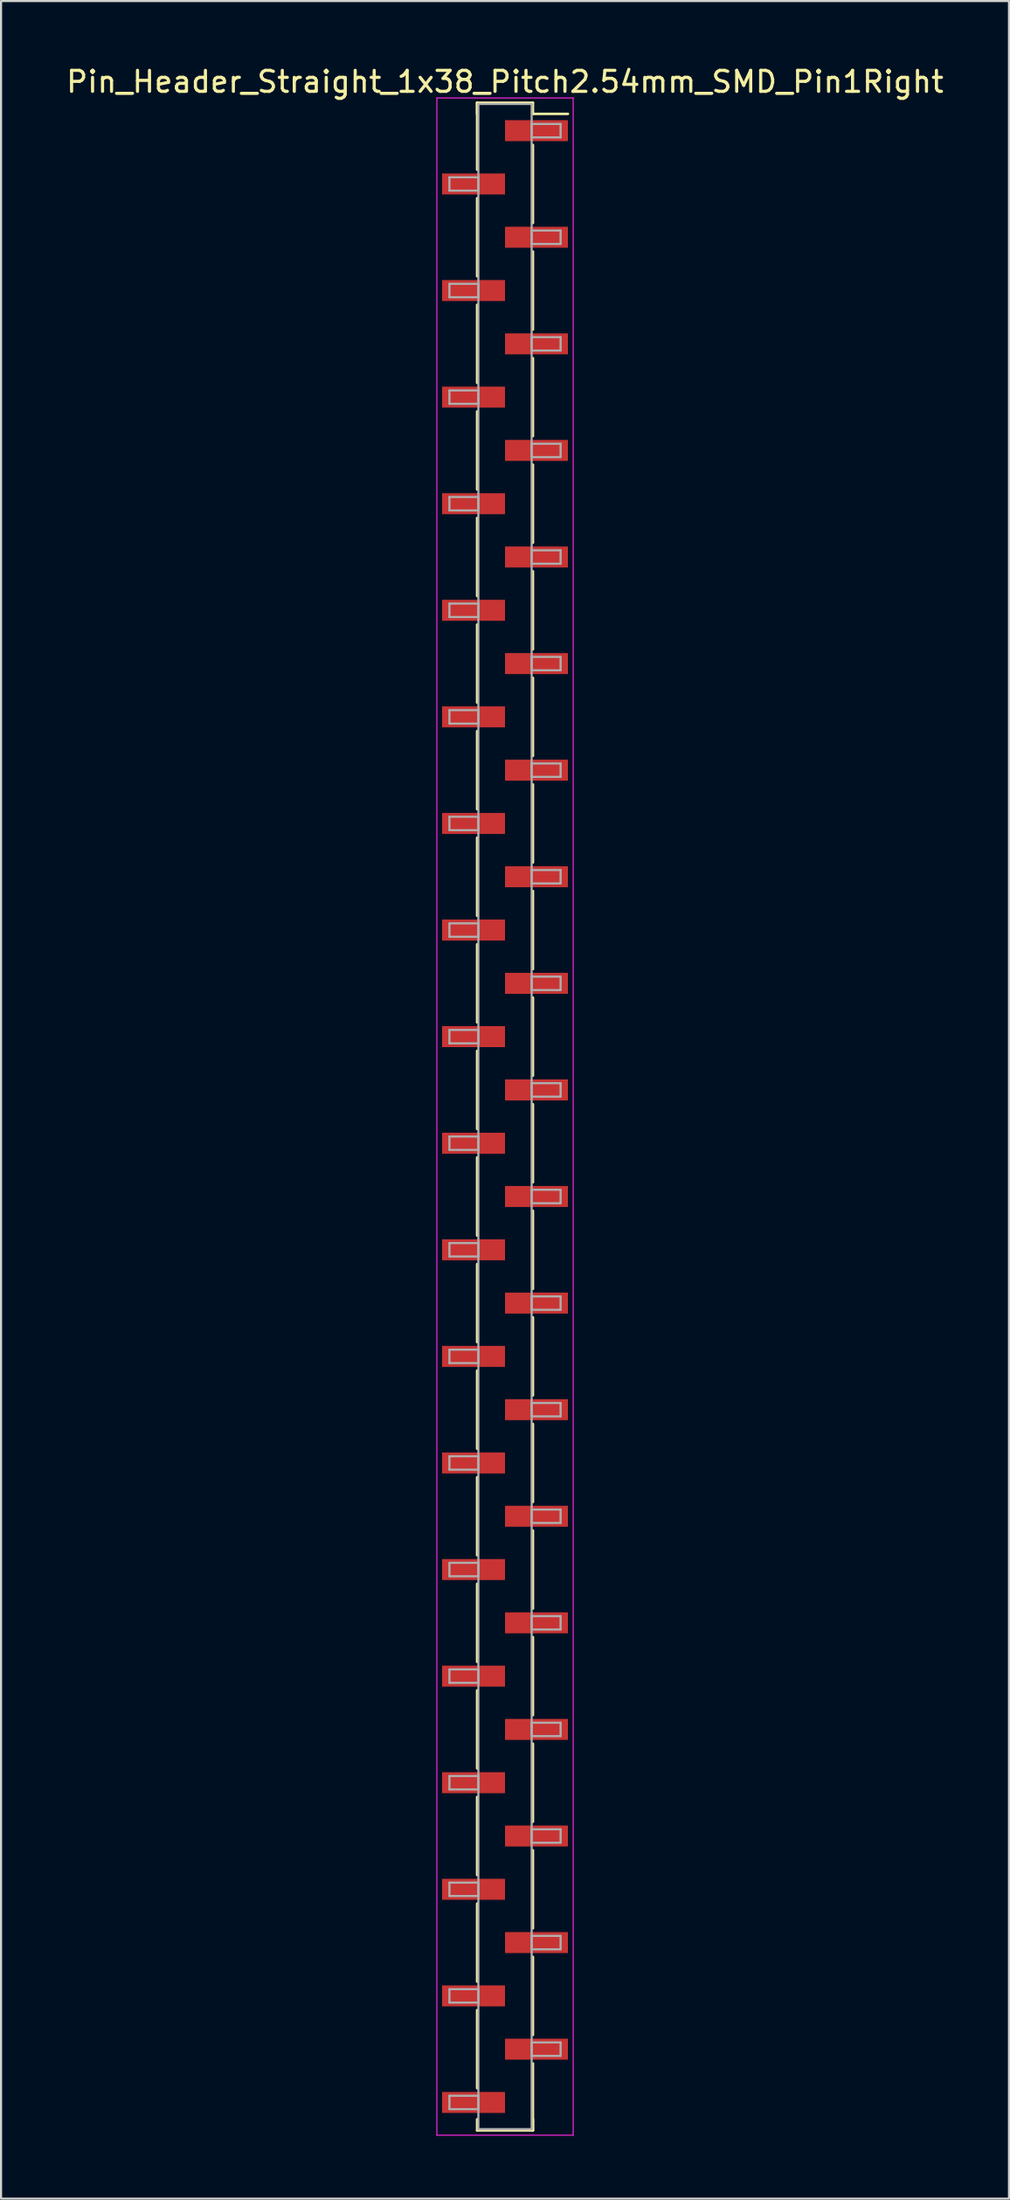
<source format=kicad_pcb>
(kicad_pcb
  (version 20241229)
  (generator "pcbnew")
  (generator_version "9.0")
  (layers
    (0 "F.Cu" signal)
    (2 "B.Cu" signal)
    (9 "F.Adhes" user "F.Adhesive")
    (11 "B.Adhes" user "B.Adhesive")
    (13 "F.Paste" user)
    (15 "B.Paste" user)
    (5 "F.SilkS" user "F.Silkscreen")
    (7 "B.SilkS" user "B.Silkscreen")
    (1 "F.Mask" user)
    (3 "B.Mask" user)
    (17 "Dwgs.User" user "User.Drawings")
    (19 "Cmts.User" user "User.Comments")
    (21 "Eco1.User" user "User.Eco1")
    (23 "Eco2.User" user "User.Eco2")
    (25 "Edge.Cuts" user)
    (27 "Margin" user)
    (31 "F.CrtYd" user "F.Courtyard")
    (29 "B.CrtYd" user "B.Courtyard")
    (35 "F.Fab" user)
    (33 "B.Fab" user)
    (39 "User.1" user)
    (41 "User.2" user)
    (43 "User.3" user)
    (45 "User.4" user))
  (footprint "Pin_Header_Straight_1x38_Pitch2.54mm_SMD_Pin1Right"
    (layer "F.Cu")
    (at 21.03 50.168)
    (property "Reference" "Pin_Header_Straight_1x38_Pitch2.54mm_SMD_Pin1Right" (at 0 -49.32 0) (layer "F.SilkS") (effects (font (size 1 1) (thickness 0.15))))
    (attr smd)
    (fp_line (start -1.33 -48.32) (end -1.33 -45.13) (stroke (width 0.12) (type solid)) (layer "F.SilkS"))
    (fp_line (start -1.33 -48.32) (end 1.33 -48.32) (stroke (width 0.12) (type solid)) (layer "F.SilkS"))
    (fp_line (start -1.33 -47.79) (end -1.33 -48.32) (stroke (width 0.12) (type solid)) (layer "F.SilkS"))
    (fp_line (start -1.33 -43.77) (end -1.33 -40.05) (stroke (width 0.12) (type solid)) (layer "F.SilkS"))
    (fp_line (start -1.33 -38.69) (end -1.33 -34.97) (stroke (width 0.12) (type solid)) (layer "F.SilkS"))
    (fp_line (start -1.33 -33.61) (end -1.33 -29.89) (stroke (width 0.12) (type solid)) (layer "F.SilkS"))
    (fp_line (start -1.33 -28.53) (end -1.33 -24.81) (stroke (width 0.12) (type solid)) (layer "F.SilkS"))
    (fp_line (start -1.33 -23.45) (end -1.33 -19.73) (stroke (width 0.12) (type solid)) (layer "F.SilkS"))
    (fp_line (start -1.33 -18.37) (end -1.33 -14.65) (stroke (width 0.12) (type solid)) (layer "F.SilkS"))
    (fp_line (start -1.33 -13.29) (end -1.33 -9.57) (stroke (width 0.12) (type solid)) (layer "F.SilkS"))
    (fp_line (start -1.33 -8.21) (end -1.33 -4.49) (stroke (width 0.12) (type solid)) (layer "F.SilkS"))
    (fp_line (start -1.33 -3.13) (end -1.33 0.59) (stroke (width 0.12) (type solid)) (layer "F.SilkS"))
    (fp_line (start -1.33 1.95) (end -1.33 5.67) (stroke (width 0.12) (type solid)) (layer "F.SilkS"))
    (fp_line (start -1.33 7.03) (end -1.33 10.75) (stroke (width 0.12) (type solid)) (layer "F.SilkS"))
    (fp_line (start -1.33 12.11) (end -1.33 15.83) (stroke (width 0.12) (type solid)) (layer "F.SilkS"))
    (fp_line (start -1.33 17.19) (end -1.33 20.91) (stroke (width 0.12) (type solid)) (layer "F.SilkS"))
    (fp_line (start -1.33 22.27) (end -1.33 25.99) (stroke (width 0.12) (type solid)) (layer "F.SilkS"))
    (fp_line (start -1.33 27.35) (end -1.33 31.07) (stroke (width 0.12) (type solid)) (layer "F.SilkS"))
    (fp_line (start -1.33 32.43) (end -1.33 36.15) (stroke (width 0.12) (type solid)) (layer "F.SilkS"))
    (fp_line (start -1.33 37.51) (end -1.33 41.23) (stroke (width 0.12) (type solid)) (layer "F.SilkS"))
    (fp_line (start -1.33 42.59) (end -1.33 46.31) (stroke (width 0.12) (type solid)) (layer "F.SilkS"))
    (fp_line (start -1.33 47.79) (end -1.33 48.32) (stroke (width 0.12) (type solid)) (layer "F.SilkS"))
    (fp_line (start -1.33 48.32) (end 1.33 48.32) (stroke (width 0.12) (type solid)) (layer "F.SilkS"))
    (fp_line (start 1.33 -48.32) (end 1.33 -47.79) (stroke (width 0.12) (type solid)) (layer "F.SilkS"))
    (fp_line (start 1.33 -47.79) (end 3 -47.79) (stroke (width 0.12) (type solid)) (layer "F.SilkS"))
    (fp_line (start 1.33 -46.31) (end 1.33 -42.59) (stroke (width 0.12) (type solid)) (layer "F.SilkS"))
    (fp_line (start 1.33 -41.23) (end 1.33 -37.51) (stroke (width 0.12) (type solid)) (layer "F.SilkS"))
    (fp_line (start 1.33 -36.15) (end 1.33 -32.43) (stroke (width 0.12) (type solid)) (layer "F.SilkS"))
    (fp_line (start 1.33 -31.07) (end 1.33 -27.35) (stroke (width 0.12) (type solid)) (layer "F.SilkS"))
    (fp_line (start 1.33 -25.99) (end 1.33 -22.27) (stroke (width 0.12) (type solid)) (layer "F.SilkS"))
    (fp_line (start 1.33 -20.91) (end 1.33 -17.19) (stroke (width 0.12) (type solid)) (layer "F.SilkS"))
    (fp_line (start 1.33 -15.83) (end 1.33 -12.11) (stroke (width 0.12) (type solid)) (layer "F.SilkS"))
    (fp_line (start 1.33 -10.75) (end 1.33 -7.03) (stroke (width 0.12) (type solid)) (layer "F.SilkS"))
    (fp_line (start 1.33 -5.67) (end 1.33 -1.95) (stroke (width 0.12) (type solid)) (layer "F.SilkS"))
    (fp_line (start 1.33 -0.59) (end 1.33 3.13) (stroke (width 0.12) (type solid)) (layer "F.SilkS"))
    (fp_line (start 1.33 4.49) (end 1.33 8.21) (stroke (width 0.12) (type solid)) (layer "F.SilkS"))
    (fp_line (start 1.33 9.57) (end 1.33 13.29) (stroke (width 0.12) (type solid)) (layer "F.SilkS"))
    (fp_line (start 1.33 14.65) (end 1.33 18.37) (stroke (width 0.12) (type solid)) (layer "F.SilkS"))
    (fp_line (start 1.33 19.73) (end 1.33 23.45) (stroke (width 0.12) (type solid)) (layer "F.SilkS"))
    (fp_line (start 1.33 24.81) (end 1.33 28.53) (stroke (width 0.12) (type solid)) (layer "F.SilkS"))
    (fp_line (start 1.33 29.89) (end 1.33 33.61) (stroke (width 0.12) (type solid)) (layer "F.SilkS"))
    (fp_line (start 1.33 34.97) (end 1.33 38.69) (stroke (width 0.12) (type solid)) (layer "F.SilkS"))
    (fp_line (start 1.33 40.05) (end 1.33 43.77) (stroke (width 0.12) (type solid)) (layer "F.SilkS"))
    (fp_line (start 1.33 45.13) (end 1.33 48.32) (stroke (width 0.12) (type solid)) (layer "F.SilkS"))
    (fp_line (start 1.33 48.32) (end 1.33 47.79) (stroke (width 0.12) (type solid)) (layer "F.SilkS"))
    (fp_line (start -3.25 -48.55) (end -3.25 48.55) (stroke (width 0.05) (type solid)) (layer "F.CrtYd"))
    (fp_line (start -3.25 48.55) (end 3.25 48.55) (stroke (width 0.05) (type solid)) (layer "F.CrtYd"))
    (fp_line (start 3.25 -48.55) (end -3.25 -48.55) (stroke (width 0.05) (type solid)) (layer "F.CrtYd"))
    (fp_line (start 3.25 48.55) (end 3.25 -48.55) (stroke (width 0.05) (type solid)) (layer "F.CrtYd"))
    (fp_line (start -2.65 -44.77) (end -1.27 -44.77) (stroke (width 0.1) (type solid)) (layer "F.Fab"))
    (fp_line (start -2.65 -44.13) (end -2.65 -44.77) (stroke (width 0.1) (type solid)) (layer "F.Fab"))
    (fp_line (start -2.65 -39.69) (end -1.27 -39.69) (stroke (width 0.1) (type solid)) (layer "F.Fab"))
    (fp_line (start -2.65 -39.05) (end -2.65 -39.69) (stroke (width 0.1) (type solid)) (layer "F.Fab"))
    (fp_line (start -2.65 -34.61) (end -1.27 -34.61) (stroke (width 0.1) (type solid)) (layer "F.Fab"))
    (fp_line (start -2.65 -33.97) (end -2.65 -34.61) (stroke (width 0.1) (type solid)) (layer "F.Fab"))
    (fp_line (start -2.65 -29.53) (end -1.27 -29.53) (stroke (width 0.1) (type solid)) (layer "F.Fab"))
    (fp_line (start -2.65 -28.89) (end -2.65 -29.53) (stroke (width 0.1) (type solid)) (layer "F.Fab"))
    (fp_line (start -2.65 -24.45) (end -1.27 -24.45) (stroke (width 0.1) (type solid)) (layer "F.Fab"))
    (fp_line (start -2.65 -23.81) (end -2.65 -24.45) (stroke (width 0.1) (type solid)) (layer "F.Fab"))
    (fp_line (start -2.65 -19.37) (end -1.27 -19.37) (stroke (width 0.1) (type solid)) (layer "F.Fab"))
    (fp_line (start -2.65 -18.73) (end -2.65 -19.37) (stroke (width 0.1) (type solid)) (layer "F.Fab"))
    (fp_line (start -2.65 -14.29) (end -1.27 -14.29) (stroke (width 0.1) (type solid)) (layer "F.Fab"))
    (fp_line (start -2.65 -13.65) (end -2.65 -14.29) (stroke (width 0.1) (type solid)) (layer "F.Fab"))
    (fp_line (start -2.65 -9.21) (end -1.27 -9.21) (stroke (width 0.1) (type solid)) (layer "F.Fab"))
    (fp_line (start -2.65 -8.57) (end -2.65 -9.21) (stroke (width 0.1) (type solid)) (layer "F.Fab"))
    (fp_line (start -2.65 -4.13) (end -1.27 -4.13) (stroke (width 0.1) (type solid)) (layer "F.Fab"))
    (fp_line (start -2.65 -3.49) (end -2.65 -4.13) (stroke (width 0.1) (type solid)) (layer "F.Fab"))
    (fp_line (start -2.65 0.95) (end -1.27 0.95) (stroke (width 0.1) (type solid)) (layer "F.Fab"))
    (fp_line (start -2.65 1.59) (end -2.65 0.95) (stroke (width 0.1) (type solid)) (layer "F.Fab"))
    (fp_line (start -2.65 6.03) (end -1.27 6.03) (stroke (width 0.1) (type solid)) (layer "F.Fab"))
    (fp_line (start -2.65 6.67) (end -2.65 6.03) (stroke (width 0.1) (type solid)) (layer "F.Fab"))
    (fp_line (start -2.65 11.11) (end -1.27 11.11) (stroke (width 0.1) (type solid)) (layer "F.Fab"))
    (fp_line (start -2.65 11.75) (end -2.65 11.11) (stroke (width 0.1) (type solid)) (layer "F.Fab"))
    (fp_line (start -2.65 16.19) (end -1.27 16.19) (stroke (width 0.1) (type solid)) (layer "F.Fab"))
    (fp_line (start -2.65 16.83) (end -2.65 16.19) (stroke (width 0.1) (type solid)) (layer "F.Fab"))
    (fp_line (start -2.65 21.27) (end -1.27 21.27) (stroke (width 0.1) (type solid)) (layer "F.Fab"))
    (fp_line (start -2.65 21.91) (end -2.65 21.27) (stroke (width 0.1) (type solid)) (layer "F.Fab"))
    (fp_line (start -2.65 26.35) (end -1.27 26.35) (stroke (width 0.1) (type solid)) (layer "F.Fab"))
    (fp_line (start -2.65 26.99) (end -2.65 26.35) (stroke (width 0.1) (type solid)) (layer "F.Fab"))
    (fp_line (start -2.65 31.43) (end -1.27 31.43) (stroke (width 0.1) (type solid)) (layer "F.Fab"))
    (fp_line (start -2.65 32.07) (end -2.65 31.43) (stroke (width 0.1) (type solid)) (layer "F.Fab"))
    (fp_line (start -2.65 36.51) (end -1.27 36.51) (stroke (width 0.1) (type solid)) (layer "F.Fab"))
    (fp_line (start -2.65 37.15) (end -2.65 36.51) (stroke (width 0.1) (type solid)) (layer "F.Fab"))
    (fp_line (start -2.65 41.59) (end -1.27 41.59) (stroke (width 0.1) (type solid)) (layer "F.Fab"))
    (fp_line (start -2.65 42.23) (end -2.65 41.59) (stroke (width 0.1) (type solid)) (layer "F.Fab"))
    (fp_line (start -2.65 46.67) (end -1.27 46.67) (stroke (width 0.1) (type solid)) (layer "F.Fab"))
    (fp_line (start -2.65 47.31) (end -2.65 46.67) (stroke (width 0.1) (type solid)) (layer "F.Fab"))
    (fp_line (start -1.27 -48.26) (end -1.27 48.26) (stroke (width 0.1) (type solid)) (layer "F.Fab"))
    (fp_line (start -1.27 -44.77) (end -1.27 -44.13) (stroke (width 0.1) (type solid)) (layer "F.Fab"))
    (fp_line (start -1.27 -44.13) (end -2.65 -44.13) (stroke (width 0.1) (type solid)) (layer "F.Fab"))
    (fp_line (start -1.27 -39.69) (end -1.27 -39.05) (stroke (width 0.1) (type solid)) (layer "F.Fab"))
    (fp_line (start -1.27 -39.05) (end -2.65 -39.05) (stroke (width 0.1) (type solid)) (layer "F.Fab"))
    (fp_line (start -1.27 -34.61) (end -1.27 -33.97) (stroke (width 0.1) (type solid)) (layer "F.Fab"))
    (fp_line (start -1.27 -33.97) (end -2.65 -33.97) (stroke (width 0.1) (type solid)) (layer "F.Fab"))
    (fp_line (start -1.27 -29.53) (end -1.27 -28.89) (stroke (width 0.1) (type solid)) (layer "F.Fab"))
    (fp_line (start -1.27 -28.89) (end -2.65 -28.89) (stroke (width 0.1) (type solid)) (layer "F.Fab"))
    (fp_line (start -1.27 -24.45) (end -1.27 -23.81) (stroke (width 0.1) (type solid)) (layer "F.Fab"))
    (fp_line (start -1.27 -23.81) (end -2.65 -23.81) (stroke (width 0.1) (type solid)) (layer "F.Fab"))
    (fp_line (start -1.27 -19.37) (end -1.27 -18.73) (stroke (width 0.1) (type solid)) (layer "F.Fab"))
    (fp_line (start -1.27 -18.73) (end -2.65 -18.73) (stroke (width 0.1) (type solid)) (layer "F.Fab"))
    (fp_line (start -1.27 -14.29) (end -1.27 -13.65) (stroke (width 0.1) (type solid)) (layer "F.Fab"))
    (fp_line (start -1.27 -13.65) (end -2.65 -13.65) (stroke (width 0.1) (type solid)) (layer "F.Fab"))
    (fp_line (start -1.27 -9.21) (end -1.27 -8.57) (stroke (width 0.1) (type solid)) (layer "F.Fab"))
    (fp_line (start -1.27 -8.57) (end -2.65 -8.57) (stroke (width 0.1) (type solid)) (layer "F.Fab"))
    (fp_line (start -1.27 -4.13) (end -1.27 -3.49) (stroke (width 0.1) (type solid)) (layer "F.Fab"))
    (fp_line (start -1.27 -3.49) (end -2.65 -3.49) (stroke (width 0.1) (type solid)) (layer "F.Fab"))
    (fp_line (start -1.27 0.95) (end -1.27 1.59) (stroke (width 0.1) (type solid)) (layer "F.Fab"))
    (fp_line (start -1.27 1.59) (end -2.65 1.59) (stroke (width 0.1) (type solid)) (layer "F.Fab"))
    (fp_line (start -1.27 6.03) (end -1.27 6.67) (stroke (width 0.1) (type solid)) (layer "F.Fab"))
    (fp_line (start -1.27 6.67) (end -2.65 6.67) (stroke (width 0.1) (type solid)) (layer "F.Fab"))
    (fp_line (start -1.27 11.11) (end -1.27 11.75) (stroke (width 0.1) (type solid)) (layer "F.Fab"))
    (fp_line (start -1.27 11.75) (end -2.65 11.75) (stroke (width 0.1) (type solid)) (layer "F.Fab"))
    (fp_line (start -1.27 16.19) (end -1.27 16.83) (stroke (width 0.1) (type solid)) (layer "F.Fab"))
    (fp_line (start -1.27 16.83) (end -2.65 16.83) (stroke (width 0.1) (type solid)) (layer "F.Fab"))
    (fp_line (start -1.27 21.27) (end -1.27 21.91) (stroke (width 0.1) (type solid)) (layer "F.Fab"))
    (fp_line (start -1.27 21.91) (end -2.65 21.91) (stroke (width 0.1) (type solid)) (layer "F.Fab"))
    (fp_line (start -1.27 26.35) (end -1.27 26.99) (stroke (width 0.1) (type solid)) (layer "F.Fab"))
    (fp_line (start -1.27 26.99) (end -2.65 26.99) (stroke (width 0.1) (type solid)) (layer "F.Fab"))
    (fp_line (start -1.27 31.43) (end -1.27 32.07) (stroke (width 0.1) (type solid)) (layer "F.Fab"))
    (fp_line (start -1.27 32.07) (end -2.65 32.07) (stroke (width 0.1) (type solid)) (layer "F.Fab"))
    (fp_line (start -1.27 36.51) (end -1.27 37.15) (stroke (width 0.1) (type solid)) (layer "F.Fab"))
    (fp_line (start -1.27 37.15) (end -2.65 37.15) (stroke (width 0.1) (type solid)) (layer "F.Fab"))
    (fp_line (start -1.27 41.59) (end -1.27 42.23) (stroke (width 0.1) (type solid)) (layer "F.Fab"))
    (fp_line (start -1.27 42.23) (end -2.65 42.23) (stroke (width 0.1) (type solid)) (layer "F.Fab"))
    (fp_line (start -1.27 46.67) (end -1.27 47.31) (stroke (width 0.1) (type solid)) (layer "F.Fab"))
    (fp_line (start -1.27 47.31) (end -2.65 47.31) (stroke (width 0.1) (type solid)) (layer "F.Fab"))
    (fp_line (start -1.27 48.26) (end 1.27 48.26) (stroke (width 0.1) (type solid)) (layer "F.Fab"))
    (fp_line (start 1.27 -48.26) (end -1.27 -48.26) (stroke (width 0.1) (type solid)) (layer "F.Fab"))
    (fp_line (start 1.27 -47.31) (end 1.27 -46.67) (stroke (width 0.1) (type solid)) (layer "F.Fab"))
    (fp_line (start 1.27 -46.67) (end 2.65 -46.67) (stroke (width 0.1) (type solid)) (layer "F.Fab"))
    (fp_line (start 1.27 -42.23) (end 1.27 -41.59) (stroke (width 0.1) (type solid)) (layer "F.Fab"))
    (fp_line (start 1.27 -41.59) (end 2.65 -41.59) (stroke (width 0.1) (type solid)) (layer "F.Fab"))
    (fp_line (start 1.27 -37.15) (end 1.27 -36.51) (stroke (width 0.1) (type solid)) (layer "F.Fab"))
    (fp_line (start 1.27 -36.51) (end 2.65 -36.51) (stroke (width 0.1) (type solid)) (layer "F.Fab"))
    (fp_line (start 1.27 -32.07) (end 1.27 -31.43) (stroke (width 0.1) (type solid)) (layer "F.Fab"))
    (fp_line (start 1.27 -31.43) (end 2.65 -31.43) (stroke (width 0.1) (type solid)) (layer "F.Fab"))
    (fp_line (start 1.27 -26.99) (end 1.27 -26.35) (stroke (width 0.1) (type solid)) (layer "F.Fab"))
    (fp_line (start 1.27 -26.35) (end 2.65 -26.35) (stroke (width 0.1) (type solid)) (layer "F.Fab"))
    (fp_line (start 1.27 -21.91) (end 1.27 -21.27) (stroke (width 0.1) (type solid)) (layer "F.Fab"))
    (fp_line (start 1.27 -21.27) (end 2.65 -21.27) (stroke (width 0.1) (type solid)) (layer "F.Fab"))
    (fp_line (start 1.27 -16.83) (end 1.27 -16.19) (stroke (width 0.1) (type solid)) (layer "F.Fab"))
    (fp_line (start 1.27 -16.19) (end 2.65 -16.19) (stroke (width 0.1) (type solid)) (layer "F.Fab"))
    (fp_line (start 1.27 -11.75) (end 1.27 -11.11) (stroke (width 0.1) (type solid)) (layer "F.Fab"))
    (fp_line (start 1.27 -11.11) (end 2.65 -11.11) (stroke (width 0.1) (type solid)) (layer "F.Fab"))
    (fp_line (start 1.27 -6.67) (end 1.27 -6.03) (stroke (width 0.1) (type solid)) (layer "F.Fab"))
    (fp_line (start 1.27 -6.03) (end 2.65 -6.03) (stroke (width 0.1) (type solid)) (layer "F.Fab"))
    (fp_line (start 1.27 -1.59) (end 1.27 -0.95) (stroke (width 0.1) (type solid)) (layer "F.Fab"))
    (fp_line (start 1.27 -0.95) (end 2.65 -0.95) (stroke (width 0.1) (type solid)) (layer "F.Fab"))
    (fp_line (start 1.27 3.49) (end 1.27 4.13) (stroke (width 0.1) (type solid)) (layer "F.Fab"))
    (fp_line (start 1.27 4.13) (end 2.65 4.13) (stroke (width 0.1) (type solid)) (layer "F.Fab"))
    (fp_line (start 1.27 8.57) (end 1.27 9.21) (stroke (width 0.1) (type solid)) (layer "F.Fab"))
    (fp_line (start 1.27 9.21) (end 2.65 9.21) (stroke (width 0.1) (type solid)) (layer "F.Fab"))
    (fp_line (start 1.27 13.65) (end 1.27 14.29) (stroke (width 0.1) (type solid)) (layer "F.Fab"))
    (fp_line (start 1.27 14.29) (end 2.65 14.29) (stroke (width 0.1) (type solid)) (layer "F.Fab"))
    (fp_line (start 1.27 18.73) (end 1.27 19.37) (stroke (width 0.1) (type solid)) (layer "F.Fab"))
    (fp_line (start 1.27 19.37) (end 2.65 19.37) (stroke (width 0.1) (type solid)) (layer "F.Fab"))
    (fp_line (start 1.27 23.81) (end 1.27 24.45) (stroke (width 0.1) (type solid)) (layer "F.Fab"))
    (fp_line (start 1.27 24.45) (end 2.65 24.45) (stroke (width 0.1) (type solid)) (layer "F.Fab"))
    (fp_line (start 1.27 28.89) (end 1.27 29.53) (stroke (width 0.1) (type solid)) (layer "F.Fab"))
    (fp_line (start 1.27 29.53) (end 2.65 29.53) (stroke (width 0.1) (type solid)) (layer "F.Fab"))
    (fp_line (start 1.27 33.97) (end 1.27 34.61) (stroke (width 0.1) (type solid)) (layer "F.Fab"))
    (fp_line (start 1.27 34.61) (end 2.65 34.61) (stroke (width 0.1) (type solid)) (layer "F.Fab"))
    (fp_line (start 1.27 39.05) (end 1.27 39.69) (stroke (width 0.1) (type solid)) (layer "F.Fab"))
    (fp_line (start 1.27 39.69) (end 2.65 39.69) (stroke (width 0.1) (type solid)) (layer "F.Fab"))
    (fp_line (start 1.27 44.13) (end 1.27 44.77) (stroke (width 0.1) (type solid)) (layer "F.Fab"))
    (fp_line (start 1.27 44.77) (end 2.65 44.77) (stroke (width 0.1) (type solid)) (layer "F.Fab"))
    (fp_line (start 1.27 48.26) (end 1.27 -48.26) (stroke (width 0.1) (type solid)) (layer "F.Fab"))
    (fp_line (start 2.65 -47.31) (end 1.27 -47.31) (stroke (width 0.1) (type solid)) (layer "F.Fab"))
    (fp_line (start 2.65 -46.67) (end 2.65 -47.31) (stroke (width 0.1) (type solid)) (layer "F.Fab"))
    (fp_line (start 2.65 -42.23) (end 1.27 -42.23) (stroke (width 0.1) (type solid)) (layer "F.Fab"))
    (fp_line (start 2.65 -41.59) (end 2.65 -42.23) (stroke (width 0.1) (type solid)) (layer "F.Fab"))
    (fp_line (start 2.65 -37.15) (end 1.27 -37.15) (stroke (width 0.1) (type solid)) (layer "F.Fab"))
    (fp_line (start 2.65 -36.51) (end 2.65 -37.15) (stroke (width 0.1) (type solid)) (layer "F.Fab"))
    (fp_line (start 2.65 -32.07) (end 1.27 -32.07) (stroke (width 0.1) (type solid)) (layer "F.Fab"))
    (fp_line (start 2.65 -31.43) (end 2.65 -32.07) (stroke (width 0.1) (type solid)) (layer "F.Fab"))
    (fp_line (start 2.65 -26.99) (end 1.27 -26.99) (stroke (width 0.1) (type solid)) (layer "F.Fab"))
    (fp_line (start 2.65 -26.35) (end 2.65 -26.99) (stroke (width 0.1) (type solid)) (layer "F.Fab"))
    (fp_line (start 2.65 -21.91) (end 1.27 -21.91) (stroke (width 0.1) (type solid)) (layer "F.Fab"))
    (fp_line (start 2.65 -21.27) (end 2.65 -21.91) (stroke (width 0.1) (type solid)) (layer "F.Fab"))
    (fp_line (start 2.65 -16.83) (end 1.27 -16.83) (stroke (width 0.1) (type solid)) (layer "F.Fab"))
    (fp_line (start 2.65 -16.19) (end 2.65 -16.83) (stroke (width 0.1) (type solid)) (layer "F.Fab"))
    (fp_line (start 2.65 -11.75) (end 1.27 -11.75) (stroke (width 0.1) (type solid)) (layer "F.Fab"))
    (fp_line (start 2.65 -11.11) (end 2.65 -11.75) (stroke (width 0.1) (type solid)) (layer "F.Fab"))
    (fp_line (start 2.65 -6.67) (end 1.27 -6.67) (stroke (width 0.1) (type solid)) (layer "F.Fab"))
    (fp_line (start 2.65 -6.03) (end 2.65 -6.67) (stroke (width 0.1) (type solid)) (layer "F.Fab"))
    (fp_line (start 2.65 -1.59) (end 1.27 -1.59) (stroke (width 0.1) (type solid)) (layer "F.Fab"))
    (fp_line (start 2.65 -0.95) (end 2.65 -1.59) (stroke (width 0.1) (type solid)) (layer "F.Fab"))
    (fp_line (start 2.65 3.49) (end 1.27 3.49) (stroke (width 0.1) (type solid)) (layer "F.Fab"))
    (fp_line (start 2.65 4.13) (end 2.65 3.49) (stroke (width 0.1) (type solid)) (layer "F.Fab"))
    (fp_line (start 2.65 8.57) (end 1.27 8.57) (stroke (width 0.1) (type solid)) (layer "F.Fab"))
    (fp_line (start 2.65 9.21) (end 2.65 8.57) (stroke (width 0.1) (type solid)) (layer "F.Fab"))
    (fp_line (start 2.65 13.65) (end 1.27 13.65) (stroke (width 0.1) (type solid)) (layer "F.Fab"))
    (fp_line (start 2.65 14.29) (end 2.65 13.65) (stroke (width 0.1) (type solid)) (layer "F.Fab"))
    (fp_line (start 2.65 18.73) (end 1.27 18.73) (stroke (width 0.1) (type solid)) (layer "F.Fab"))
    (fp_line (start 2.65 19.37) (end 2.65 18.73) (stroke (width 0.1) (type solid)) (layer "F.Fab"))
    (fp_line (start 2.65 23.81) (end 1.27 23.81) (stroke (width 0.1) (type solid)) (layer "F.Fab"))
    (fp_line (start 2.65 24.45) (end 2.65 23.81) (stroke (width 0.1) (type solid)) (layer "F.Fab"))
    (fp_line (start 2.65 28.89) (end 1.27 28.89) (stroke (width 0.1) (type solid)) (layer "F.Fab"))
    (fp_line (start 2.65 29.53) (end 2.65 28.89) (stroke (width 0.1) (type solid)) (layer "F.Fab"))
    (fp_line (start 2.65 33.97) (end 1.27 33.97) (stroke (width 0.1) (type solid)) (layer "F.Fab"))
    (fp_line (start 2.65 34.61) (end 2.65 33.97) (stroke (width 0.1) (type solid)) (layer "F.Fab"))
    (fp_line (start 2.65 39.05) (end 1.27 39.05) (stroke (width 0.1) (type solid)) (layer "F.Fab"))
    (fp_line (start 2.65 39.69) (end 2.65 39.05) (stroke (width 0.1) (type solid)) (layer "F.Fab"))
    (fp_line (start 2.65 44.13) (end 1.27 44.13) (stroke (width 0.1) (type solid)) (layer "F.Fab"))
    (fp_line (start 2.65 44.77) (end 2.65 44.13) (stroke (width 0.1) (type solid)) (layer "F.Fab"))
    (pad "1" smd rect (at 1.5 -46.99) (size 3 1) (layers "F.Cu" "F.Mask"))
    (pad "2" smd rect (at -1.5 -44.45) (size 3 1) (layers "F.Cu" "F.Mask"))
    (pad "3" smd rect (at 1.5 -41.91) (size 3 1) (layers "F.Cu" "F.Mask"))
    (pad "4" smd rect (at -1.5 -39.37) (size 3 1) (layers "F.Cu" "F.Mask"))
    (pad "5" smd rect (at 1.5 -36.83) (size 3 1) (layers "F.Cu" "F.Mask"))
    (pad "6" smd rect (at -1.5 -34.29) (size 3 1) (layers "F.Cu" "F.Mask"))
    (pad "7" smd rect (at 1.5 -31.75) (size 3 1) (layers "F.Cu" "F.Mask"))
    (pad "8" smd rect (at -1.5 -29.21) (size 3 1) (layers "F.Cu" "F.Mask"))
    (pad "9" smd rect (at 1.5 -26.67) (size 3 1) (layers "F.Cu" "F.Mask"))
    (pad "10" smd rect (at -1.5 -24.13) (size 3 1) (layers "F.Cu" "F.Mask"))
    (pad "11" smd rect (at 1.5 -21.59) (size 3 1) (layers "F.Cu" "F.Mask"))
    (pad "12" smd rect (at -1.5 -19.05) (size 3 1) (layers "F.Cu" "F.Mask"))
    (pad "13" smd rect (at 1.5 -16.51) (size 3 1) (layers "F.Cu" "F.Mask"))
    (pad "14" smd rect (at -1.5 -13.97) (size 3 1) (layers "F.Cu" "F.Mask"))
    (pad "15" smd rect (at 1.5 -11.43) (size 3 1) (layers "F.Cu" "F.Mask"))
    (pad "16" smd rect (at -1.5 -8.89) (size 3 1) (layers "F.Cu" "F.Mask"))
    (pad "17" smd rect (at 1.5 -6.35) (size 3 1) (layers "F.Cu" "F.Mask"))
    (pad "18" smd rect (at -1.5 -3.81) (size 3 1) (layers "F.Cu" "F.Mask"))
    (pad "19" smd rect (at 1.5 -1.27) (size 3 1) (layers "F.Cu" "F.Mask"))
    (pad "20" smd rect (at -1.5 1.27) (size 3 1) (layers "F.Cu" "F.Mask"))
    (pad "21" smd rect (at 1.5 3.81) (size 3 1) (layers "F.Cu" "F.Mask"))
    (pad "22" smd rect (at -1.5 6.35) (size 3 1) (layers "F.Cu" "F.Mask"))
    (pad "23" smd rect (at 1.5 8.89) (size 3 1) (layers "F.Cu" "F.Mask"))
    (pad "24" smd rect (at -1.5 11.43) (size 3 1) (layers "F.Cu" "F.Mask"))
    (pad "25" smd rect (at 1.5 13.97) (size 3 1) (layers "F.Cu" "F.Mask"))
    (pad "26" smd rect (at -1.5 16.51) (size 3 1) (layers "F.Cu" "F.Mask"))
    (pad "27" smd rect (at 1.5 19.05) (size 3 1) (layers "F.Cu" "F.Mask"))
    (pad "28" smd rect (at -1.5 21.59) (size 3 1) (layers "F.Cu" "F.Mask"))
    (pad "29" smd rect (at 1.5 24.13) (size 3 1) (layers "F.Cu" "F.Mask"))
    (pad "30" smd rect (at -1.5 26.67) (size 3 1) (layers "F.Cu" "F.Mask"))
    (pad "31" smd rect (at 1.5 29.21) (size 3 1) (layers "F.Cu" "F.Mask"))
    (pad "32" smd rect (at -1.5 31.75) (size 3 1) (layers "F.Cu" "F.Mask"))
    (pad "33" smd rect (at 1.5 34.29) (size 3 1) (layers "F.Cu" "F.Mask"))
    (pad "34" smd rect (at -1.5 36.83) (size 3 1) (layers "F.Cu" "F.Mask"))
    (pad "35" smd rect (at 1.5 39.37) (size 3 1) (layers "F.Cu" "F.Mask"))
    (pad "36" smd rect (at -1.5 41.91) (size 3 1) (layers "F.Cu" "F.Mask"))
    (pad "37" smd rect (at 1.5 44.45) (size 3 1) (layers "F.Cu" "F.Mask"))
    (pad "38" smd rect (at -1.5 46.99) (size 3 1) (layers "F.Cu" "F.Mask")))
  (gr_rect
    (start -3 -3)
    (end 45.06 101.743)
    (stroke (width 0.1) (type default))
    (fill no)
    (layer "Edge.Cuts")))
</source>
